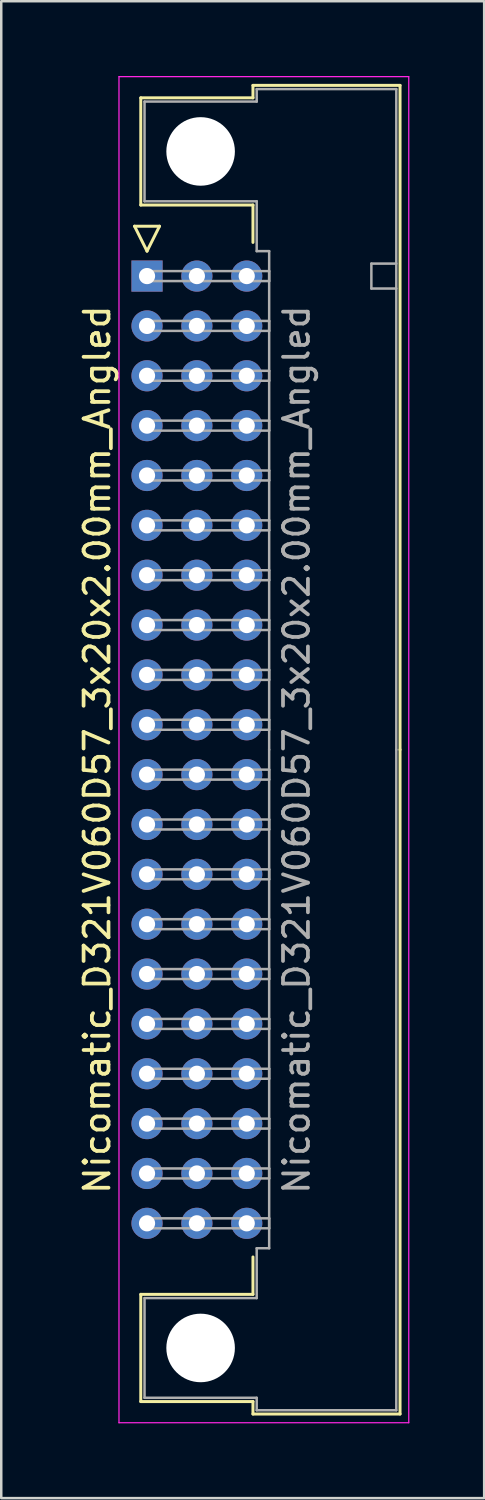
<source format=kicad_pcb>
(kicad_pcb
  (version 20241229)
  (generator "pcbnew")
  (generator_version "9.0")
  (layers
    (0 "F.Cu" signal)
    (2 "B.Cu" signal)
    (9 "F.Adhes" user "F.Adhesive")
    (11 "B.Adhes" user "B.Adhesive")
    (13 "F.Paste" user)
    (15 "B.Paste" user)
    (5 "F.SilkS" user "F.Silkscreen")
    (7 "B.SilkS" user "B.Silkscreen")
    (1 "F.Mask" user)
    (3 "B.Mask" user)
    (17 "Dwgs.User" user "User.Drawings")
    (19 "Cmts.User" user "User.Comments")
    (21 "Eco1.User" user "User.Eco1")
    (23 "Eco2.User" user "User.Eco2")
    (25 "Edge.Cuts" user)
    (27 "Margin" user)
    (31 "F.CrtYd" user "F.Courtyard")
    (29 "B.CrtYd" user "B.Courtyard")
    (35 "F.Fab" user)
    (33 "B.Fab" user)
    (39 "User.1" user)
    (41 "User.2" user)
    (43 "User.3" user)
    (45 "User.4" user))
  (footprint "Nicomatic_D321V060D57_3x20x2.00mm_Angled"
    (layer "F.Cu")
    (at 2.848 8.025)
    (property "Reference" "Nicomatic_D321V060D57_3x20x2.00mm_Angled" (at -2 19 90) (layer "F.SilkS") (effects (font (size 1 1) (thickness 0.15))))
    (attr through_hole)
    (fp_line (start -0.5 -2) (end 0 -1) (stroke (width 0.12) (type solid)) (layer "F.SilkS"))
    (fp_line (start -0.25 -7.15) (end -0.25 -2.85) (stroke (width 0.12) (type solid)) (layer "F.SilkS"))
    (fp_line (start -0.25 -2.85) (end 4.25 -2.85) (stroke (width 0.12) (type solid)) (layer "F.SilkS"))
    (fp_line (start -0.25 40.85) (end 4.25 40.85) (stroke (width 0.12) (type solid)) (layer "F.SilkS"))
    (fp_line (start -0.25 45.15) (end -0.25 40.85) (stroke (width 0.12) (type solid)) (layer "F.SilkS"))
    (fp_line (start 0 -1) (end 0.5 -2) (stroke (width 0.12) (type solid)) (layer "F.SilkS"))
    (fp_line (start 0.5 -2) (end -0.5 -2) (stroke (width 0.12) (type solid)) (layer "F.SilkS"))
    (fp_line (start 4.25 -7.65) (end 4.25 -7.15) (stroke (width 0.12) (type solid)) (layer "F.SilkS"))
    (fp_line (start 4.25 -7.15) (end -0.25 -7.15) (stroke (width 0.12) (type solid)) (layer "F.SilkS"))
    (fp_line (start 4.25 -2.85) (end 4.25 -1.35) (stroke (width 0.12) (type solid)) (layer "F.SilkS"))
    (fp_line (start 4.25 40.85) (end 4.25 39.35) (stroke (width 0.12) (type solid)) (layer "F.SilkS"))
    (fp_line (start 4.25 45.15) (end -0.25 45.15) (stroke (width 0.12) (type solid)) (layer "F.SilkS"))
    (fp_line (start 4.25 45.65) (end 4.25 45.15) (stroke (width 0.12) (type solid)) (layer "F.SilkS"))
    (fp_line (start 10.15 -7.65) (end 4.25 -7.65) (stroke (width 0.12) (type solid)) (layer "F.SilkS"))
    (fp_line (start 10.15 19) (end 10.15 -7.65) (stroke (width 0.12) (type solid)) (layer "F.SilkS"))
    (fp_line (start 10.15 19) (end 10.15 45.65) (stroke (width 0.12) (type solid)) (layer "F.SilkS"))
    (fp_line (start 10.15 45.65) (end 4.25 45.65) (stroke (width 0.12) (type solid)) (layer "F.SilkS"))
    (fp_line (start -1.125 -8) (end -1.125 46) (stroke (width 0.05) (type solid)) (layer "F.CrtYd"))
    (fp_line (start -1.125 46) (end 10.5 46) (stroke (width 0.05) (type solid)) (layer "F.CrtYd"))
    (fp_line (start 10.5 -8) (end -1.125 -8) (stroke (width 0.05) (type solid)) (layer "F.CrtYd"))
    (fp_line (start 10.5 46) (end 10.5 -8) (stroke (width 0.05) (type solid)) (layer "F.CrtYd"))
    (fp_line (start -0.1 -7) (end -0.1 -3) (stroke (width 0.1) (type solid)) (layer "F.Fab"))
    (fp_line (start -0.1 -3) (end 4.4 -3) (stroke (width 0.1) (type solid)) (layer "F.Fab"))
    (fp_line (start -0.1 41) (end 4.4 41) (stroke (width 0.1) (type solid)) (layer "F.Fab"))
    (fp_line (start -0.1 45) (end -0.1 41) (stroke (width 0.1) (type solid)) (layer "F.Fab"))
    (fp_line (start 0 -0.2) (end 0 0.2) (stroke (width 0.1) (type solid)) (layer "F.Fab"))
    (fp_line (start 0 0.2) (end 4.9 0.2) (stroke (width 0.1) (type solid)) (layer "F.Fab"))
    (fp_line (start 0 1.8) (end 0 2.2) (stroke (width 0.1) (type solid)) (layer "F.Fab"))
    (fp_line (start 0 2.2) (end 4.9 2.2) (stroke (width 0.1) (type solid)) (layer "F.Fab"))
    (fp_line (start 0 3.8) (end 0 4.2) (stroke (width 0.1) (type solid)) (layer "F.Fab"))
    (fp_line (start 0 4.2) (end 4.9 4.2) (stroke (width 0.1) (type solid)) (layer "F.Fab"))
    (fp_line (start 0 5.8) (end 0 6.2) (stroke (width 0.1) (type solid)) (layer "F.Fab"))
    (fp_line (start 0 6.2) (end 4.9 6.2) (stroke (width 0.1) (type solid)) (layer "F.Fab"))
    (fp_line (start 0 7.8) (end 0 8.2) (stroke (width 0.1) (type solid)) (layer "F.Fab"))
    (fp_line (start 0 8.2) (end 4.9 8.2) (stroke (width 0.1) (type solid)) (layer "F.Fab"))
    (fp_line (start 0 9.8) (end 0 10.2) (stroke (width 0.1) (type solid)) (layer "F.Fab"))
    (fp_line (start 0 10.2) (end 4.9 10.2) (stroke (width 0.1) (type solid)) (layer "F.Fab"))
    (fp_line (start 0 11.8) (end 0 12.2) (stroke (width 0.1) (type solid)) (layer "F.Fab"))
    (fp_line (start 0 12.2) (end 4.9 12.2) (stroke (width 0.1) (type solid)) (layer "F.Fab"))
    (fp_line (start 0 13.8) (end 0 14.2) (stroke (width 0.1) (type solid)) (layer "F.Fab"))
    (fp_line (start 0 14.2) (end 4.9 14.2) (stroke (width 0.1) (type solid)) (layer "F.Fab"))
    (fp_line (start 0 15.8) (end 0 16.2) (stroke (width 0.1) (type solid)) (layer "F.Fab"))
    (fp_line (start 0 16.2) (end 4.9 16.2) (stroke (width 0.1) (type solid)) (layer "F.Fab"))
    (fp_line (start 0 17.8) (end 0 18.2) (stroke (width 0.1) (type solid)) (layer "F.Fab"))
    (fp_line (start 0 18.2) (end 4.9 18.2) (stroke (width 0.1) (type solid)) (layer "F.Fab"))
    (fp_line (start 0 19.8) (end 0 20.2) (stroke (width 0.1) (type solid)) (layer "F.Fab"))
    (fp_line (start 0 20.2) (end 4.9 20.2) (stroke (width 0.1) (type solid)) (layer "F.Fab"))
    (fp_line (start 0 21.8) (end 0 22.2) (stroke (width 0.1) (type solid)) (layer "F.Fab"))
    (fp_line (start 0 22.2) (end 4.9 22.2) (stroke (width 0.1) (type solid)) (layer "F.Fab"))
    (fp_line (start 0 23.8) (end 0 24.2) (stroke (width 0.1) (type solid)) (layer "F.Fab"))
    (fp_line (start 0 24.2) (end 4.9 24.2) (stroke (width 0.1) (type solid)) (layer "F.Fab"))
    (fp_line (start 0 25.8) (end 0 26.2) (stroke (width 0.1) (type solid)) (layer "F.Fab"))
    (fp_line (start 0 26.2) (end 4.9 26.2) (stroke (width 0.1) (type solid)) (layer "F.Fab"))
    (fp_line (start 0 27.8) (end 0 28.2) (stroke (width 0.1) (type solid)) (layer "F.Fab"))
    (fp_line (start 0 28.2) (end 4.9 28.2) (stroke (width 0.1) (type solid)) (layer "F.Fab"))
    (fp_line (start 0 29.8) (end 0 30.2) (stroke (width 0.1) (type solid)) (layer "F.Fab"))
    (fp_line (start 0 30.2) (end 4.9 30.2) (stroke (width 0.1) (type solid)) (layer "F.Fab"))
    (fp_line (start 0 31.8) (end 0 32.2) (stroke (width 0.1) (type solid)) (layer "F.Fab"))
    (fp_line (start 0 32.2) (end 4.9 32.2) (stroke (width 0.1) (type solid)) (layer "F.Fab"))
    (fp_line (start 0 33.8) (end 0 34.2) (stroke (width 0.1) (type solid)) (layer "F.Fab"))
    (fp_line (start 0 34.2) (end 4.9 34.2) (stroke (width 0.1) (type solid)) (layer "F.Fab"))
    (fp_line (start 0 35.8) (end 0 36.2) (stroke (width 0.1) (type solid)) (layer "F.Fab"))
    (fp_line (start 0 36.2) (end 4.9 36.2) (stroke (width 0.1) (type solid)) (layer "F.Fab"))
    (fp_line (start 0 37.8) (end 0 38.2) (stroke (width 0.1) (type solid)) (layer "F.Fab"))
    (fp_line (start 0 38.2) (end 4.9 38.2) (stroke (width 0.1) (type solid)) (layer "F.Fab"))
    (fp_line (start 4.4 -7.5) (end 4.4 -7) (stroke (width 0.1) (type solid)) (layer "F.Fab"))
    (fp_line (start 4.4 -7) (end -0.1 -7) (stroke (width 0.1) (type solid)) (layer "F.Fab"))
    (fp_line (start 4.4 -3) (end 4.4 -1) (stroke (width 0.1) (type solid)) (layer "F.Fab"))
    (fp_line (start 4.4 -1) (end 4.9 -1) (stroke (width 0.1) (type solid)) (layer "F.Fab"))
    (fp_line (start 4.4 39) (end 4.9 39) (stroke (width 0.1) (type solid)) (layer "F.Fab"))
    (fp_line (start 4.4 41) (end 4.4 39) (stroke (width 0.1) (type solid)) (layer "F.Fab"))
    (fp_line (start 4.4 45) (end -0.1 45) (stroke (width 0.1) (type solid)) (layer "F.Fab"))
    (fp_line (start 4.4 45.5) (end 4.4 45) (stroke (width 0.1) (type solid)) (layer "F.Fab"))
    (fp_line (start 4.9 -1) (end 4.9 19) (stroke (width 0.1) (type solid)) (layer "F.Fab"))
    (fp_line (start 4.9 -0.2) (end 0 -0.2) (stroke (width 0.1) (type solid)) (layer "F.Fab"))
    (fp_line (start 4.9 0.2) (end 4.9 -0.2) (stroke (width 0.1) (type solid)) (layer "F.Fab"))
    (fp_line (start 4.9 1.8) (end 0 1.8) (stroke (width 0.1) (type solid)) (layer "F.Fab"))
    (fp_line (start 4.9 2.2) (end 4.9 1.8) (stroke (width 0.1) (type solid)) (layer "F.Fab"))
    (fp_line (start 4.9 3.8) (end 0 3.8) (stroke (width 0.1) (type solid)) (layer "F.Fab"))
    (fp_line (start 4.9 4.2) (end 4.9 3.8) (stroke (width 0.1) (type solid)) (layer "F.Fab"))
    (fp_line (start 4.9 5.8) (end 0 5.8) (stroke (width 0.1) (type solid)) (layer "F.Fab"))
    (fp_line (start 4.9 6.2) (end 4.9 5.8) (stroke (width 0.1) (type solid)) (layer "F.Fab"))
    (fp_line (start 4.9 7.8) (end 0 7.8) (stroke (width 0.1) (type solid)) (layer "F.Fab"))
    (fp_line (start 4.9 8.2) (end 4.9 7.8) (stroke (width 0.1) (type solid)) (layer "F.Fab"))
    (fp_line (start 4.9 9.8) (end 0 9.8) (stroke (width 0.1) (type solid)) (layer "F.Fab"))
    (fp_line (start 4.9 10.2) (end 4.9 9.8) (stroke (width 0.1) (type solid)) (layer "F.Fab"))
    (fp_line (start 4.9 11.8) (end 0 11.8) (stroke (width 0.1) (type solid)) (layer "F.Fab"))
    (fp_line (start 4.9 12.2) (end 4.9 11.8) (stroke (width 0.1) (type solid)) (layer "F.Fab"))
    (fp_line (start 4.9 13.8) (end 0 13.8) (stroke (width 0.1) (type solid)) (layer "F.Fab"))
    (fp_line (start 4.9 14.2) (end 4.9 13.8) (stroke (width 0.1) (type solid)) (layer "F.Fab"))
    (fp_line (start 4.9 15.8) (end 0 15.8) (stroke (width 0.1) (type solid)) (layer "F.Fab"))
    (fp_line (start 4.9 16.2) (end 4.9 15.8) (stroke (width 0.1) (type solid)) (layer "F.Fab"))
    (fp_line (start 4.9 17.8) (end 0 17.8) (stroke (width 0.1) (type solid)) (layer "F.Fab"))
    (fp_line (start 4.9 18.2) (end 4.9 17.8) (stroke (width 0.1) (type solid)) (layer "F.Fab"))
    (fp_line (start 4.9 19.8) (end 0 19.8) (stroke (width 0.1) (type solid)) (layer "F.Fab"))
    (fp_line (start 4.9 20.2) (end 4.9 19.8) (stroke (width 0.1) (type solid)) (layer "F.Fab"))
    (fp_line (start 4.9 21.8) (end 0 21.8) (stroke (width 0.1) (type solid)) (layer "F.Fab"))
    (fp_line (start 4.9 22.2) (end 4.9 21.8) (stroke (width 0.1) (type solid)) (layer "F.Fab"))
    (fp_line (start 4.9 23.8) (end 0 23.8) (stroke (width 0.1) (type solid)) (layer "F.Fab"))
    (fp_line (start 4.9 24.2) (end 4.9 23.8) (stroke (width 0.1) (type solid)) (layer "F.Fab"))
    (fp_line (start 4.9 25.8) (end 0 25.8) (stroke (width 0.1) (type solid)) (layer "F.Fab"))
    (fp_line (start 4.9 26.2) (end 4.9 25.8) (stroke (width 0.1) (type solid)) (layer "F.Fab"))
    (fp_line (start 4.9 27.8) (end 0 27.8) (stroke (width 0.1) (type solid)) (layer "F.Fab"))
    (fp_line (start 4.9 28.2) (end 4.9 27.8) (stroke (width 0.1) (type solid)) (layer "F.Fab"))
    (fp_line (start 4.9 29.8) (end 0 29.8) (stroke (width 0.1) (type solid)) (layer "F.Fab"))
    (fp_line (start 4.9 30.2) (end 4.9 29.8) (stroke (width 0.1) (type solid)) (layer "F.Fab"))
    (fp_line (start 4.9 31.8) (end 0 31.8) (stroke (width 0.1) (type solid)) (layer "F.Fab"))
    (fp_line (start 4.9 32.2) (end 4.9 31.8) (stroke (width 0.1) (type solid)) (layer "F.Fab"))
    (fp_line (start 4.9 33.8) (end 0 33.8) (stroke (width 0.1) (type solid)) (layer "F.Fab"))
    (fp_line (start 4.9 34.2) (end 4.9 33.8) (stroke (width 0.1) (type solid)) (layer "F.Fab"))
    (fp_line (start 4.9 35.8) (end 0 35.8) (stroke (width 0.1) (type solid)) (layer "F.Fab"))
    (fp_line (start 4.9 36.2) (end 4.9 35.8) (stroke (width 0.1) (type solid)) (layer "F.Fab"))
    (fp_line (start 4.9 37.8) (end 0 37.8) (stroke (width 0.1) (type solid)) (layer "F.Fab"))
    (fp_line (start 4.9 38.2) (end 4.9 37.8) (stroke (width 0.1) (type solid)) (layer "F.Fab"))
    (fp_line (start 4.9 39) (end 4.9 19) (stroke (width 0.1) (type solid)) (layer "F.Fab"))
    (fp_line (start 9 -0.5) (end 9 0.5) (stroke (width 0.1) (type solid)) (layer "F.Fab"))
    (fp_line (start 9 0.5) (end 10 0.5) (stroke (width 0.1) (type solid)) (layer "F.Fab"))
    (fp_line (start 10 -7.5) (end 4.4 -7.5) (stroke (width 0.1) (type solid)) (layer "F.Fab"))
    (fp_line (start 10 -0.5) (end 9 -0.5) (stroke (width 0.1) (type solid)) (layer "F.Fab"))
    (fp_line (start 10 19) (end 10 -7.5) (stroke (width 0.1) (type solid)) (layer "F.Fab"))
    (fp_line (start 10 19) (end 10 45.5) (stroke (width 0.1) (type solid)) (layer "F.Fab"))
    (fp_line (start 10 45.5) (end 4.4 45.5) (stroke (width 0.1) (type solid)) (layer "F.Fab"))
    (fp_text user "${REFERENCE}" (at 6 19 90) (layer "F.Fab") (effects (font (size 1 1) (thickness 0.15))))
    (pad "" np_thru_hole circle (at 2.15 -5) (size 2.75 2.75) (drill 2.75) (layers "*.Cu" "*.Mask"))
    (pad "" np_thru_hole circle (at 2.15 43) (size 2.75 2.75) (drill 2.75) (layers "*.Cu" "*.Mask"))
    (pad "1" thru_hole rect (at 0 0) (size 1.25 1.25) (drill 0.65) (layers "*.Cu" "*.Mask"))
    (pad "2" thru_hole oval (at 0 2) (size 1.25 1.25) (drill 0.65) (layers "*.Cu" "*.Mask"))
    (pad "3" thru_hole oval (at 0 4) (size 1.25 1.25) (drill 0.65) (layers "*.Cu" "*.Mask"))
    (pad "4" thru_hole oval (at 0 6) (size 1.25 1.25) (drill 0.65) (layers "*.Cu" "*.Mask"))
    (pad "5" thru_hole oval (at 0 8) (size 1.25 1.25) (drill 0.65) (layers "*.Cu" "*.Mask"))
    (pad "6" thru_hole oval (at 0 10) (size 1.25 1.25) (drill 0.65) (layers "*.Cu" "*.Mask"))
    (pad "7" thru_hole oval (at 0 12) (size 1.25 1.25) (drill 0.65) (layers "*.Cu" "*.Mask"))
    (pad "8" thru_hole oval (at 0 14) (size 1.25 1.25) (drill 0.65) (layers "*.Cu" "*.Mask"))
    (pad "9" thru_hole oval (at 0 16) (size 1.25 1.25) (drill 0.65) (layers "*.Cu" "*.Mask"))
    (pad "10" thru_hole oval (at 0 18) (size 1.25 1.25) (drill 0.65) (layers "*.Cu" "*.Mask"))
    (pad "11" thru_hole oval (at 0 20) (size 1.25 1.25) (drill 0.65) (layers "*.Cu" "*.Mask"))
    (pad "12" thru_hole oval (at 0 22) (size 1.25 1.25) (drill 0.65) (layers "*.Cu" "*.Mask"))
    (pad "13" thru_hole oval (at 0 24) (size 1.25 1.25) (drill 0.65) (layers "*.Cu" "*.Mask"))
    (pad "14" thru_hole oval (at 0 26) (size 1.25 1.25) (drill 0.65) (layers "*.Cu" "*.Mask"))
    (pad "15" thru_hole oval (at 0 28) (size 1.25 1.25) (drill 0.65) (layers "*.Cu" "*.Mask"))
    (pad "16" thru_hole oval (at 0 30) (size 1.25 1.25) (drill 0.65) (layers "*.Cu" "*.Mask"))
    (pad "17" thru_hole oval (at 0 32) (size 1.25 1.25) (drill 0.65) (layers "*.Cu" "*.Mask"))
    (pad "18" thru_hole oval (at 0 34) (size 1.25 1.25) (drill 0.65) (layers "*.Cu" "*.Mask"))
    (pad "19" thru_hole oval (at 0 36) (size 1.25 1.25) (drill 0.65) (layers "*.Cu" "*.Mask"))
    (pad "20" thru_hole oval (at 0 38) (size 1.25 1.25) (drill 0.65) (layers "*.Cu" "*.Mask"))
    (pad "21" thru_hole oval (at 2 0) (size 1.25 1.25) (drill 0.65) (layers "*.Cu" "*.Mask"))
    (pad "22" thru_hole oval (at 2 2) (size 1.25 1.25) (drill 0.65) (layers "*.Cu" "*.Mask"))
    (pad "23" thru_hole oval (at 2 4) (size 1.25 1.25) (drill 0.65) (layers "*.Cu" "*.Mask"))
    (pad "24" thru_hole oval (at 2 6) (size 1.25 1.25) (drill 0.65) (layers "*.Cu" "*.Mask"))
    (pad "25" thru_hole oval (at 2 8) (size 1.25 1.25) (drill 0.65) (layers "*.Cu" "*.Mask"))
    (pad "26" thru_hole oval (at 2 10) (size 1.25 1.25) (drill 0.65) (layers "*.Cu" "*.Mask"))
    (pad "27" thru_hole oval (at 2 12) (size 1.25 1.25) (drill 0.65) (layers "*.Cu" "*.Mask"))
    (pad "28" thru_hole oval (at 2 14) (size 1.25 1.25) (drill 0.65) (layers "*.Cu" "*.Mask"))
    (pad "29" thru_hole oval (at 2 16) (size 1.25 1.25) (drill 0.65) (layers "*.Cu" "*.Mask"))
    (pad "30" thru_hole oval (at 2 18) (size 1.25 1.25) (drill 0.65) (layers "*.Cu" "*.Mask"))
    (pad "31" thru_hole oval (at 2 20) (size 1.25 1.25) (drill 0.65) (layers "*.Cu" "*.Mask"))
    (pad "32" thru_hole oval (at 2 22) (size 1.25 1.25) (drill 0.65) (layers "*.Cu" "*.Mask"))
    (pad "33" thru_hole oval (at 2 24) (size 1.25 1.25) (drill 0.65) (layers "*.Cu" "*.Mask"))
    (pad "34" thru_hole oval (at 2 26) (size 1.25 1.25) (drill 0.65) (layers "*.Cu" "*.Mask"))
    (pad "35" thru_hole oval (at 2 28) (size 1.25 1.25) (drill 0.65) (layers "*.Cu" "*.Mask"))
    (pad "36" thru_hole oval (at 2 30) (size 1.25 1.25) (drill 0.65) (layers "*.Cu" "*.Mask"))
    (pad "37" thru_hole oval (at 2 32) (size 1.25 1.25) (drill 0.65) (layers "*.Cu" "*.Mask"))
    (pad "38" thru_hole oval (at 2 34) (size 1.25 1.25) (drill 0.65) (layers "*.Cu" "*.Mask"))
    (pad "39" thru_hole oval (at 2 36) (size 1.25 1.25) (drill 0.65) (layers "*.Cu" "*.Mask"))
    (pad "40" thru_hole oval (at 2 38) (size 1.25 1.25) (drill 0.65) (layers "*.Cu" "*.Mask"))
    (pad "41" thru_hole oval (at 4 0) (size 1.25 1.25) (drill 0.65) (layers "*.Cu" "*.Mask"))
    (pad "42" thru_hole oval (at 4 2) (size 1.25 1.25) (drill 0.65) (layers "*.Cu" "*.Mask"))
    (pad "43" thru_hole oval (at 4 4) (size 1.25 1.25) (drill 0.65) (layers "*.Cu" "*.Mask"))
    (pad "44" thru_hole oval (at 4 6) (size 1.25 1.25) (drill 0.65) (layers "*.Cu" "*.Mask"))
    (pad "45" thru_hole oval (at 4 8) (size 1.25 1.25) (drill 0.65) (layers "*.Cu" "*.Mask"))
    (pad "46" thru_hole oval (at 4 10) (size 1.25 1.25) (drill 0.65) (layers "*.Cu" "*.Mask"))
    (pad "47" thru_hole oval (at 4 12) (size 1.25 1.25) (drill 0.65) (layers "*.Cu" "*.Mask"))
    (pad "48" thru_hole oval (at 4 14) (size 1.25 1.25) (drill 0.65) (layers "*.Cu" "*.Mask"))
    (pad "49" thru_hole oval (at 4 16) (size 1.25 1.25) (drill 0.65) (layers "*.Cu" "*.Mask"))
    (pad "50" thru_hole oval (at 4 18) (size 1.25 1.25) (drill 0.65) (layers "*.Cu" "*.Mask"))
    (pad "51" thru_hole oval (at 4 20) (size 1.25 1.25) (drill 0.65) (layers "*.Cu" "*.Mask"))
    (pad "52" thru_hole oval (at 4 22) (size 1.25 1.25) (drill 0.65) (layers "*.Cu" "*.Mask"))
    (pad "53" thru_hole oval (at 4 24) (size 1.25 1.25) (drill 0.65) (layers "*.Cu" "*.Mask"))
    (pad "54" thru_hole oval (at 4 26) (size 1.25 1.25) (drill 0.65) (layers "*.Cu" "*.Mask"))
    (pad "55" thru_hole oval (at 4 28) (size 1.25 1.25) (drill 0.65) (layers "*.Cu" "*.Mask"))
    (pad "56" thru_hole oval (at 4 30) (size 1.25 1.25) (drill 0.65) (layers "*.Cu" "*.Mask"))
    (pad "57" thru_hole oval (at 4 32) (size 1.25 1.25) (drill 0.65) (layers "*.Cu" "*.Mask"))
    (pad "58" thru_hole oval (at 4 34) (size 1.25 1.25) (drill 0.65) (layers "*.Cu" "*.Mask"))
    (pad "59" thru_hole oval (at 4 36) (size 1.25 1.25) (drill 0.65) (layers "*.Cu" "*.Mask"))
    (pad "60" thru_hole oval (at 4 38) (size 1.25 1.25) (drill 0.65) (layers "*.Cu" "*.Mask")))
  (gr_rect
    (start -3 -3)
    (end 16.373 57.05)
    (stroke (width 0.1) (type default))
    (fill no)
    (layer "Edge.Cuts")))
</source>
